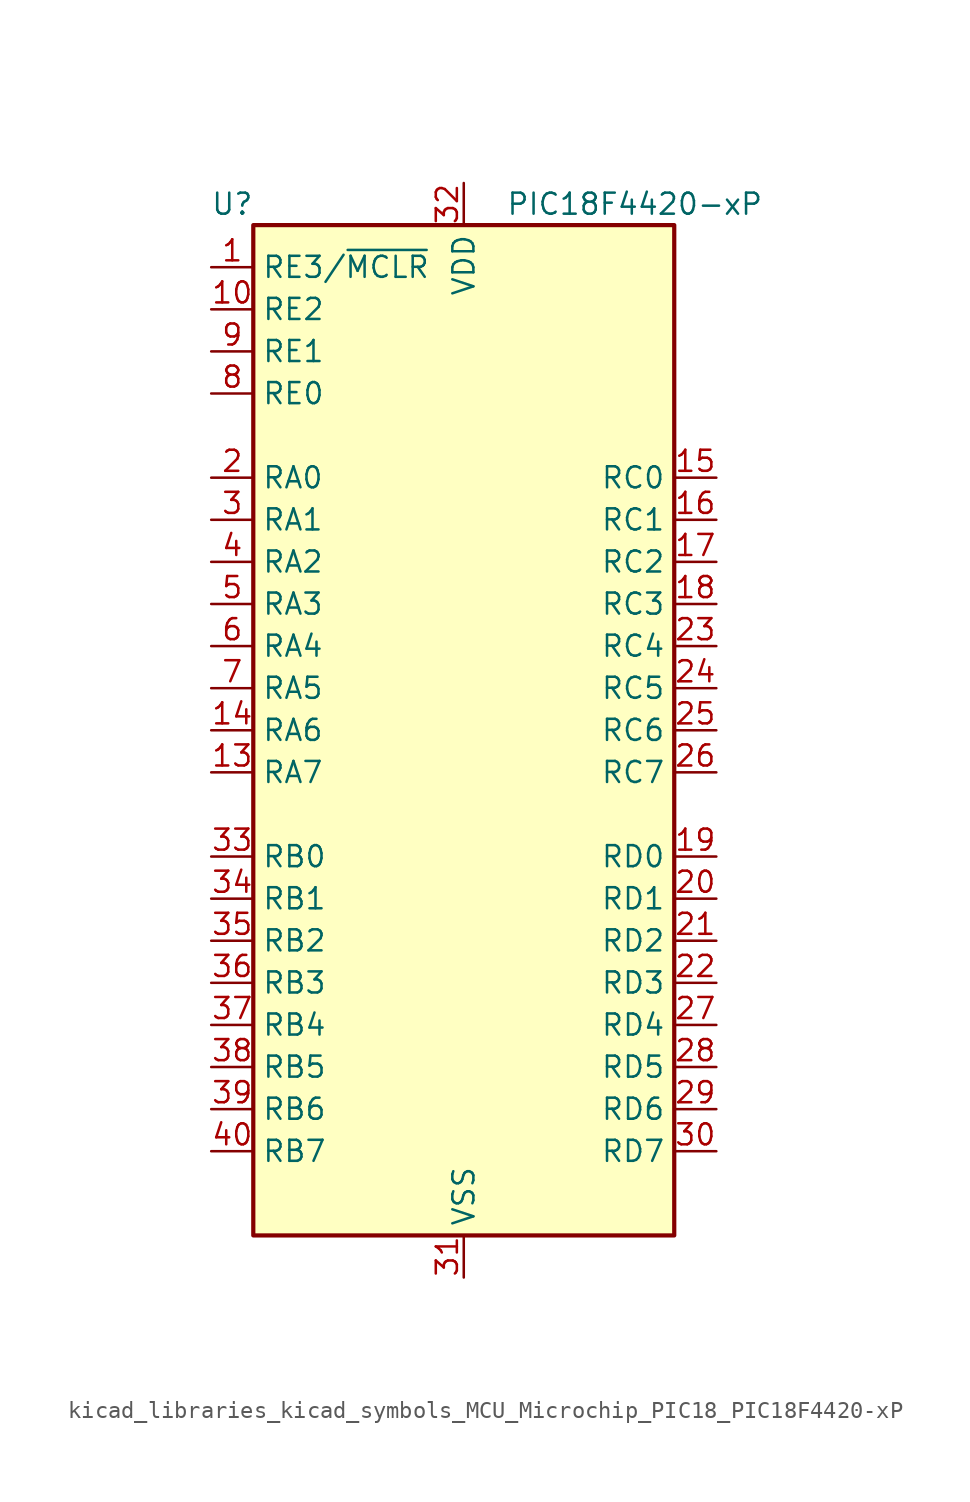
<source format=kicad_sym>
(kicad_symbol_lib
  (version 20220914)
  (generator kicad_symbol_editor)
  (symbol "kicad_libraries_kicad_symbols_MCU_Microchip_PIC18_PIC18F4420-xP"
    (property "Reference" "U"
      (at -13.97 31.75 0)
      (effects (font (size 1.27 1.27))))
    (property "Value" "PIC18F4420-xP"
      (at 2.54 31.75 0)
      (effects (font (size 1.27 1.27)) (justify left)))
    (symbol "kicad_libraries_kicad_symbols_MCU_Microchip_PIC18_PIC18F4420-xP_0_1"
      (rectangle (start -12.7 30.48) (end 12.7 -30.48) (stroke (width 0.254) (type default)) (fill (type background))))
    (symbol "kicad_libraries_kicad_symbols_MCU_Microchip_PIC18_PIC18F4420-xP_1_1"
      (pin input line (at -15.24 27.94 0) (length 2.54) (name "RE3/~{MCLR}" (effects (font (size 1.27 1.27)))) (number "1" (effects (font (size 1.27 1.27)))))
      (pin bidirectional line (at -15.24 25.4 0) (length 2.54) (name "RE2" (effects (font (size 1.27 1.27)))) (number "10" (effects (font (size 1.27 1.27)))))
      (pin passive line (at 0 33.02 270) (length 2.54) hide (name "VDD" (effects (font (size 1.27 1.27)))) (number "11" (effects (font (size 1.27 1.27)))))
      (pin passive line (at 0 -33.02 90) (length 2.54) hide (name "VSS" (effects (font (size 1.27 1.27)))) (number "12" (effects (font (size 1.27 1.27)))))
      (pin bidirectional line (at -15.24 -2.54 0) (length 2.54) (name "RA7" (effects (font (size 1.27 1.27)))) (number "13" (effects (font (size 1.27 1.27)))))
      (pin bidirectional line (at -15.24 0 0) (length 2.54) (name "RA6" (effects (font (size 1.27 1.27)))) (number "14" (effects (font (size 1.27 1.27)))))
      (pin bidirectional line (at 15.24 15.24 180) (length 2.54) (name "RC0" (effects (font (size 1.27 1.27)))) (number "15" (effects (font (size 1.27 1.27)))))
      (pin bidirectional line (at 15.24 12.7 180) (length 2.54) (name "RC1" (effects (font (size 1.27 1.27)))) (number "16" (effects (font (size 1.27 1.27)))))
      (pin bidirectional line (at 15.24 10.16 180) (length 2.54) (name "RC2" (effects (font (size 1.27 1.27)))) (number "17" (effects (font (size 1.27 1.27)))))
      (pin bidirectional line (at 15.24 7.62 180) (length 2.54) (name "RC3" (effects (font (size 1.27 1.27)))) (number "18" (effects (font (size 1.27 1.27)))))
      (pin bidirectional line (at 15.24 -7.62 180) (length 2.54) (name "RD0" (effects (font (size 1.27 1.27)))) (number "19" (effects (font (size 1.27 1.27)))))
      (pin bidirectional line (at -15.24 15.24 0) (length 2.54) (name "RA0" (effects (font (size 1.27 1.27)))) (number "2" (effects (font (size 1.27 1.27)))))
      (pin bidirectional line (at 15.24 -10.16 180) (length 2.54) (name "RD1" (effects (font (size 1.27 1.27)))) (number "20" (effects (font (size 1.27 1.27)))))
      (pin bidirectional line (at 15.24 -12.7 180) (length 2.54) (name "RD2" (effects (font (size 1.27 1.27)))) (number "21" (effects (font (size 1.27 1.27)))))
      (pin bidirectional line (at 15.24 -15.24 180) (length 2.54) (name "RD3" (effects (font (size 1.27 1.27)))) (number "22" (effects (font (size 1.27 1.27)))))
      (pin bidirectional line (at 15.24 5.08 180) (length 2.54) (name "RC4" (effects (font (size 1.27 1.27)))) (number "23" (effects (font (size 1.27 1.27)))))
      (pin bidirectional line (at 15.24 2.54 180) (length 2.54) (name "RC5" (effects (font (size 1.27 1.27)))) (number "24" (effects (font (size 1.27 1.27)))))
      (pin bidirectional line (at 15.24 0 180) (length 2.54) (name "RC6" (effects (font (size 1.27 1.27)))) (number "25" (effects (font (size 1.27 1.27)))))
      (pin bidirectional line (at 15.24 -2.54 180) (length 2.54) (name "RC7" (effects (font (size 1.27 1.27)))) (number "26" (effects (font (size 1.27 1.27)))))
      (pin bidirectional line (at 15.24 -17.78 180) (length 2.54) (name "RD4" (effects (font (size 1.27 1.27)))) (number "27" (effects (font (size 1.27 1.27)))))
      (pin bidirectional line (at 15.24 -20.32 180) (length 2.54) (name "RD5" (effects (font (size 1.27 1.27)))) (number "28" (effects (font (size 1.27 1.27)))))
      (pin bidirectional line (at 15.24 -22.86 180) (length 2.54) (name "RD6" (effects (font (size 1.27 1.27)))) (number "29" (effects (font (size 1.27 1.27)))))
      (pin bidirectional line (at -15.24 12.7 0) (length 2.54) (name "RA1" (effects (font (size 1.27 1.27)))) (number "3" (effects (font (size 1.27 1.27)))))
      (pin bidirectional line (at 15.24 -25.4 180) (length 2.54) (name "RD7" (effects (font (size 1.27 1.27)))) (number "30" (effects (font (size 1.27 1.27)))))
      (pin power_in line (at 0 -33.02 90) (length 2.54) (name "VSS" (effects (font (size 1.27 1.27)))) (number "31" (effects (font (size 1.27 1.27)))))
      (pin power_in line (at 0 33.02 270) (length 2.54) (name "VDD" (effects (font (size 1.27 1.27)))) (number "32" (effects (font (size 1.27 1.27)))))
      (pin bidirectional line (at -15.24 -7.62 0) (length 2.54) (name "RB0" (effects (font (size 1.27 1.27)))) (number "33" (effects (font (size 1.27 1.27)))))
      (pin bidirectional line (at -15.24 -10.16 0) (length 2.54) (name "RB1" (effects (font (size 1.27 1.27)))) (number "34" (effects (font (size 1.27 1.27)))))
      (pin bidirectional line (at -15.24 -12.7 0) (length 2.54) (name "RB2" (effects (font (size 1.27 1.27)))) (number "35" (effects (font (size 1.27 1.27)))))
      (pin bidirectional line (at -15.24 -15.24 0) (length 2.54) (name "RB3" (effects (font (size 1.27 1.27)))) (number "36" (effects (font (size 1.27 1.27)))))
      (pin bidirectional line (at -15.24 -17.78 0) (length 2.54) (name "RB4" (effects (font (size 1.27 1.27)))) (number "37" (effects (font (size 1.27 1.27)))))
      (pin bidirectional line (at -15.24 -20.32 0) (length 2.54) (name "RB5" (effects (font (size 1.27 1.27)))) (number "38" (effects (font (size 1.27 1.27)))))
      (pin bidirectional line (at -15.24 -22.86 0) (length 2.54) (name "RB6" (effects (font (size 1.27 1.27)))) (number "39" (effects (font (size 1.27 1.27)))))
      (pin bidirectional line (at -15.24 10.16 0) (length 2.54) (name "RA2" (effects (font (size 1.27 1.27)))) (number "4" (effects (font (size 1.27 1.27)))))
      (pin bidirectional line (at -15.24 -25.4 0) (length 2.54) (name "RB7" (effects (font (size 1.27 1.27)))) (number "40" (effects (font (size 1.27 1.27)))))
      (pin bidirectional line (at -15.24 7.62 0) (length 2.54) (name "RA3" (effects (font (size 1.27 1.27)))) (number "5" (effects (font (size 1.27 1.27)))))
      (pin bidirectional line (at -15.24 5.08 0) (length 2.54) (name "RA4" (effects (font (size 1.27 1.27)))) (number "6" (effects (font (size 1.27 1.27)))))
      (pin bidirectional line (at -15.24 2.54 0) (length 2.54) (name "RA5" (effects (font (size 1.27 1.27)))) (number "7" (effects (font (size 1.27 1.27)))))
      (pin bidirectional line (at -15.24 20.32 0) (length 2.54) (name "RE0" (effects (font (size 1.27 1.27)))) (number "8" (effects (font (size 1.27 1.27)))))
      (pin bidirectional line (at -15.24 22.86 0) (length 2.54) (name "RE1" (effects (font (size 1.27 1.27)))) (number "9" (effects (font (size 1.27 1.27))))))))
</source>
